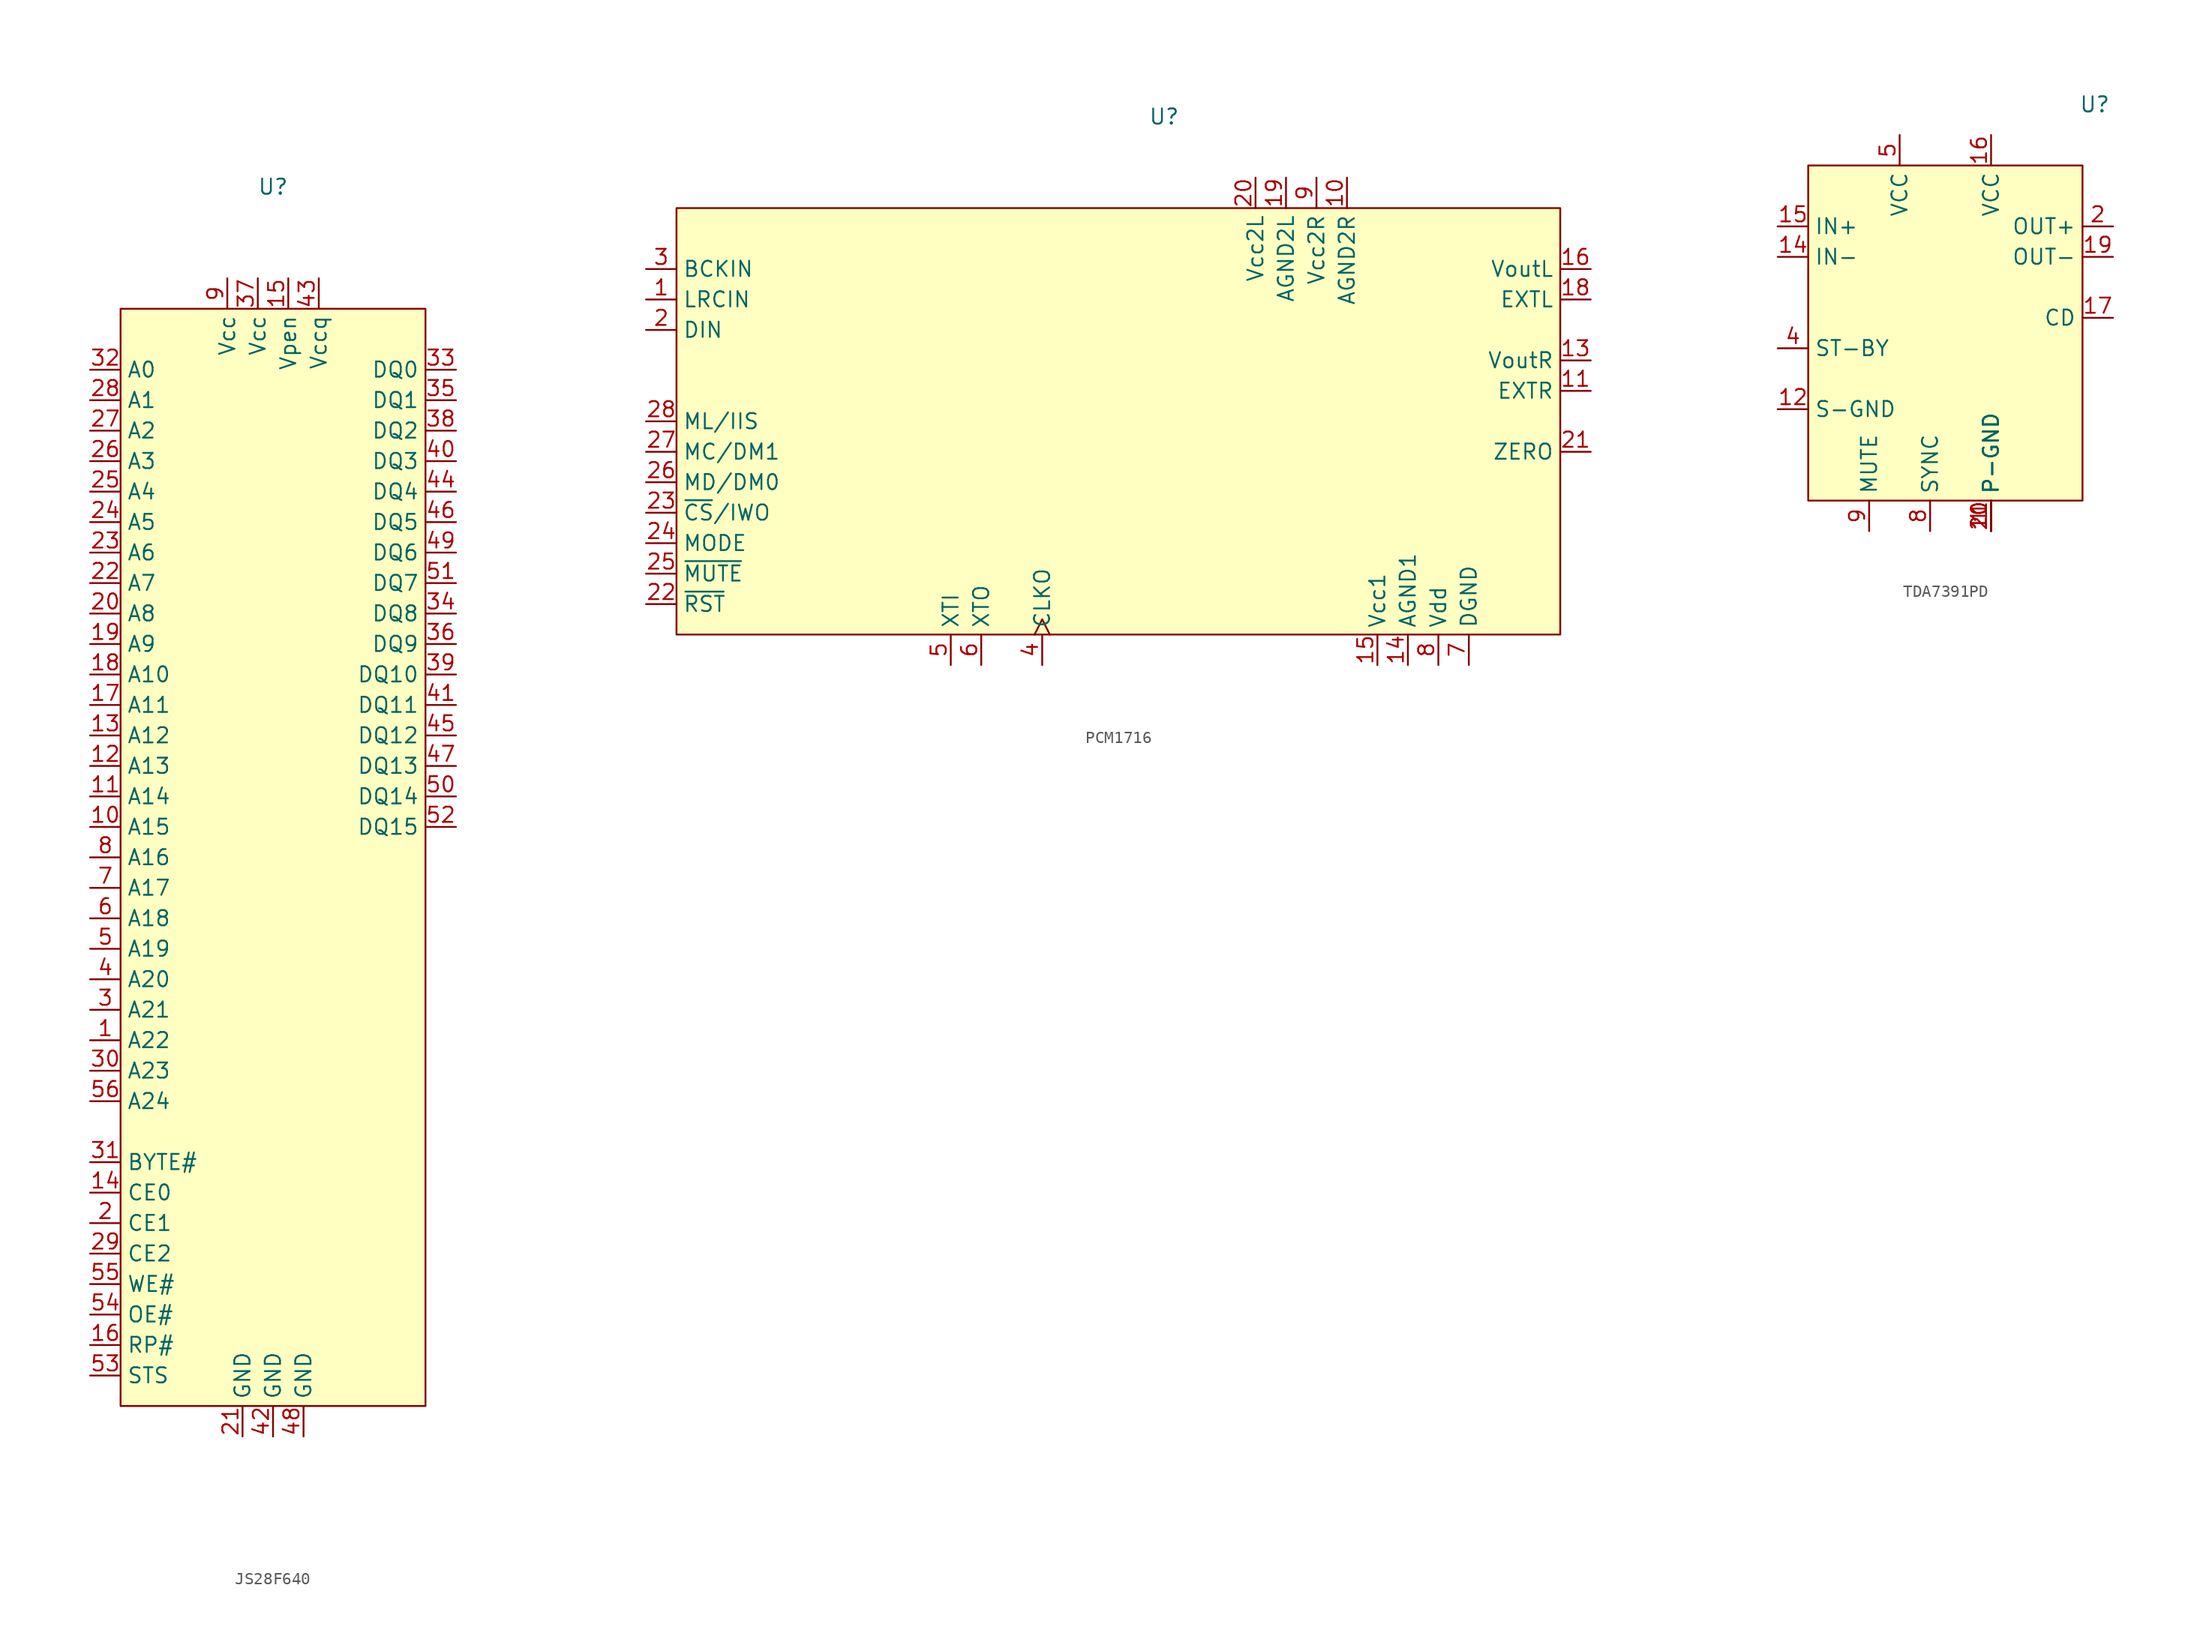
<source format=kicad_sym>
(kicad_symbol_lib
  (version 20231120)
  (generator "kicad_symbol_editor")
  (generator_version "8.0")
  (symbol "JS28F640"
    (property "Reference" "U"
      (at 0 0 0)
      (effects (font (size 1.27 1.27))))
    (property "Value" ""
      (at 5.08 -5.08 0)
      (effects (font (size 1.27 1.27))))
    (symbol "JS28F640_0_0"
      (pin input line (at -15.24 -71.12 0) (length 2.54) (name "A22" (effects (font (size 1.27 1.27)))) (number "1" (effects (font (size 1.27 1.27)))))
      (pin input line (at -15.24 -53.34 0) (length 2.54) (name "A15" (effects (font (size 1.27 1.27)))) (number "10" (effects (font (size 1.27 1.27)))))
      (pin input line (at -15.24 -50.8 0) (length 2.54) (name "A14" (effects (font (size 1.27 1.27)))) (number "11" (effects (font (size 1.27 1.27)))))
      (pin input line (at -15.24 -48.26 0) (length 2.54) (name "A13" (effects (font (size 1.27 1.27)))) (number "12" (effects (font (size 1.27 1.27)))))
      (pin input line (at -15.24 -45.72 0) (length 2.54) (name "A12" (effects (font (size 1.27 1.27)))) (number "13" (effects (font (size 1.27 1.27)))))
      (pin input line (at -15.24 -83.82 0) (length 2.54) (name "CE0" (effects (font (size 1.27 1.27)))) (number "14" (effects (font (size 1.27 1.27)))))
      (pin input line (at 1.27 -7.62 270) (length 2.54) (name "Vpen" (effects (font (size 1.27 1.27)))) (number "15" (effects (font (size 1.27 1.27)))))
      (pin input line (at -15.24 -96.52 0) (length 2.54) (name "RP#" (effects (font (size 1.27 1.27)))) (number "16" (effects (font (size 1.27 1.27)))))
      (pin input line (at -15.24 -43.18 0) (length 2.54) (name "A11" (effects (font (size 1.27 1.27)))) (number "17" (effects (font (size 1.27 1.27)))))
      (pin input line (at -15.24 -40.64 0) (length 2.54) (name "A10" (effects (font (size 1.27 1.27)))) (number "18" (effects (font (size 1.27 1.27)))))
      (pin input line (at -15.24 -38.1 0) (length 2.54) (name "A9" (effects (font (size 1.27 1.27)))) (number "19" (effects (font (size 1.27 1.27)))))
      (pin input line (at -15.24 -86.36 0) (length 2.54) (name "CE1" (effects (font (size 1.27 1.27)))) (number "2" (effects (font (size 1.27 1.27)))))
      (pin input line (at -15.24 -35.56 0) (length 2.54) (name "A8" (effects (font (size 1.27 1.27)))) (number "20" (effects (font (size 1.27 1.27)))))
      (pin power_in line (at -2.54 -104.14 90) (length 2.54) (name "GND" (effects (font (size 1.27 1.27)))) (number "21" (effects (font (size 1.27 1.27)))))
      (pin input line (at -15.24 -33.02 0) (length 2.54) (name "A7" (effects (font (size 1.27 1.27)))) (number "22" (effects (font (size 1.27 1.27)))))
      (pin input line (at -15.24 -30.48 0) (length 2.54) (name "A6" (effects (font (size 1.27 1.27)))) (number "23" (effects (font (size 1.27 1.27)))))
      (pin input line (at -15.24 -27.94 0) (length 2.54) (name "A5" (effects (font (size 1.27 1.27)))) (number "24" (effects (font (size 1.27 1.27)))))
      (pin input line (at -15.24 -25.4 0) (length 2.54) (name "A4" (effects (font (size 1.27 1.27)))) (number "25" (effects (font (size 1.27 1.27)))))
      (pin input line (at -15.24 -22.86 0) (length 2.54) (name "A3" (effects (font (size 1.27 1.27)))) (number "26" (effects (font (size 1.27 1.27)))))
      (pin input line (at -15.24 -20.32 0) (length 2.54) (name "A2" (effects (font (size 1.27 1.27)))) (number "27" (effects (font (size 1.27 1.27)))))
      (pin input line (at -15.24 -88.9 0) (length 2.54) (name "CE2" (effects (font (size 1.27 1.27)))) (number "29" (effects (font (size 1.27 1.27)))))
      (pin input line (at -15.24 -68.58 0) (length 2.54) (name "A21" (effects (font (size 1.27 1.27)))) (number "3" (effects (font (size 1.27 1.27)))))
      (pin input line (at -15.24 -73.66 0) (length 2.54) (name "A23" (effects (font (size 1.27 1.27)))) (number "30" (effects (font (size 1.27 1.27)))))
      (pin input line (at -15.24 -81.28 0) (length 2.54) (name "BYTE#" (effects (font (size 1.27 1.27)))) (number "31" (effects (font (size 1.27 1.27)))))
      (pin bidirectional line (at 15.24 -15.24 180) (length 2.54) (name "DQ0" (effects (font (size 1.27 1.27)))) (number "33" (effects (font (size 1.27 1.27)))))
      (pin bidirectional line (at 15.24 -35.56 180) (length 2.54) (name "DQ8" (effects (font (size 1.27 1.27)))) (number "34" (effects (font (size 1.27 1.27)))))
      (pin bidirectional line (at 15.24 -17.78 180) (length 2.54) (name "DQ1" (effects (font (size 1.27 1.27)))) (number "35" (effects (font (size 1.27 1.27)))))
      (pin bidirectional line (at 15.24 -38.1 180) (length 2.54) (name "DQ9" (effects (font (size 1.27 1.27)))) (number "36" (effects (font (size 1.27 1.27)))))
      (pin power_in line (at -1.27 -7.62 270) (length 2.54) (name "Vcc" (effects (font (size 1.27 1.27)))) (number "37" (effects (font (size 1.27 1.27)))))
      (pin bidirectional line (at 15.24 -20.32 180) (length 2.54) (name "DQ2" (effects (font (size 1.27 1.27)))) (number "38" (effects (font (size 1.27 1.27)))))
      (pin bidirectional line (at 15.24 -40.64 180) (length 2.54) (name "DQ10" (effects (font (size 1.27 1.27)))) (number "39" (effects (font (size 1.27 1.27)))))
      (pin input line (at -15.24 -66.04 0) (length 2.54) (name "A20" (effects (font (size 1.27 1.27)))) (number "4" (effects (font (size 1.27 1.27)))))
      (pin bidirectional line (at 15.24 -22.86 180) (length 2.54) (name "DQ3" (effects (font (size 1.27 1.27)))) (number "40" (effects (font (size 1.27 1.27)))))
      (pin bidirectional line (at 15.24 -43.18 180) (length 2.54) (name "DQ11" (effects (font (size 1.27 1.27)))) (number "41" (effects (font (size 1.27 1.27)))))
      (pin power_in line (at 0 -104.14 90) (length 2.54) (name "GND" (effects (font (size 1.27 1.27)))) (number "42" (effects (font (size 1.27 1.27)))))
      (pin power_in line (at 3.81 -7.62 270) (length 2.54) (name "Vccq" (effects (font (size 1.27 1.27)))) (number "43" (effects (font (size 1.27 1.27)))))
      (pin bidirectional line (at 15.24 -25.4 180) (length 2.54) (name "DQ4" (effects (font (size 1.27 1.27)))) (number "44" (effects (font (size 1.27 1.27)))))
      (pin bidirectional line (at 15.24 -45.72 180) (length 2.54) (name "DQ12" (effects (font (size 1.27 1.27)))) (number "45" (effects (font (size 1.27 1.27)))))
      (pin bidirectional line (at 15.24 -27.94 180) (length 2.54) (name "DQ5" (effects (font (size 1.27 1.27)))) (number "46" (effects (font (size 1.27 1.27)))))
      (pin bidirectional line (at 15.24 -48.26 180) (length 2.54) (name "DQ13" (effects (font (size 1.27 1.27)))) (number "47" (effects (font (size 1.27 1.27)))))
      (pin power_in line (at 2.54 -104.14 90) (length 2.54) (name "GND" (effects (font (size 1.27 1.27)))) (number "48" (effects (font (size 1.27 1.27)))))
      (pin bidirectional line (at 15.24 -30.48 180) (length 2.54) (name "DQ6" (effects (font (size 1.27 1.27)))) (number "49" (effects (font (size 1.27 1.27)))))
      (pin input line (at -15.24 -63.5 0) (length 2.54) (name "A19" (effects (font (size 1.27 1.27)))) (number "5" (effects (font (size 1.27 1.27)))))
      (pin bidirectional line (at 15.24 -50.8 180) (length 2.54) (name "DQ14" (effects (font (size 1.27 1.27)))) (number "50" (effects (font (size 1.27 1.27)))))
      (pin bidirectional line (at 15.24 -33.02 180) (length 2.54) (name "DQ7" (effects (font (size 1.27 1.27)))) (number "51" (effects (font (size 1.27 1.27)))))
      (pin bidirectional line (at 15.24 -53.34 180) (length 2.54) (name "DQ15" (effects (font (size 1.27 1.27)))) (number "52" (effects (font (size 1.27 1.27)))))
      (pin output line (at -15.24 -99.06 0) (length 2.54) (name "STS" (effects (font (size 1.27 1.27)))) (number "53" (effects (font (size 1.27 1.27)))))
      (pin input line (at -15.24 -93.98 0) (length 2.54) (name "OE#" (effects (font (size 1.27 1.27)))) (number "54" (effects (font (size 1.27 1.27)))))
      (pin input line (at -15.24 -91.44 0) (length 2.54) (name "WE#" (effects (font (size 1.27 1.27)))) (number "55" (effects (font (size 1.27 1.27)))))
      (pin input line (at -15.24 -76.2 0) (length 2.54) (name "A24" (effects (font (size 1.27 1.27)))) (number "56" (effects (font (size 1.27 1.27)))))
      (pin input line (at -15.24 -60.96 0) (length 2.54) (name "A18" (effects (font (size 1.27 1.27)))) (number "6" (effects (font (size 1.27 1.27)))))
      (pin input line (at -15.24 -58.42 0) (length 2.54) (name "A17" (effects (font (size 1.27 1.27)))) (number "7" (effects (font (size 1.27 1.27)))))
      (pin input line (at -15.24 -55.88 0) (length 2.54) (name "A16" (effects (font (size 1.27 1.27)))) (number "8" (effects (font (size 1.27 1.27)))))
      (pin power_in line (at -3.81 -7.62 270) (length 2.54) (name "Vcc" (effects (font (size 1.27 1.27)))) (number "9" (effects (font (size 1.27 1.27))))))
    (symbol "JS28F640_1_0"
      (pin input line (at -15.24 -17.78 0) (length 2.54) (name "A1" (effects (font (size 1.27 1.27)))) (number "28" (effects (font (size 1.27 1.27)))))
      (pin input line (at -15.24 -15.24 0) (length 2.54) (name "A0" (effects (font (size 1.27 1.27)))) (number "32" (effects (font (size 1.27 1.27))))))
    (symbol "JS28F640_1_1"
      (rectangle (start -12.7 -10.16) (end 12.7 -101.6) (stroke (width 0) (type default)) (fill (type background)))))
  (symbol "PCM1716"
    (property "Reference" "U"
      (at 0 0 0)
      (effects (font (size 1.27 1.27))))
    (property "Value" ""
      (at 0 0 0)
      (effects (font (size 1.27 1.27))))
    (symbol "PCM1716_0_0"
      (pin input line (at -43.18 -15.24 0) (length 2.54) (name "LRCIN" (effects (font (size 1.27 1.27)))) (number "1" (effects (font (size 1.27 1.27)))))
      (pin power_in line (at 15.24 -5.08 270) (length 2.54) (name "AGND2R" (effects (font (size 1.27 1.27)))) (number "10" (effects (font (size 1.27 1.27)))))
      (pin output line (at 35.56 -22.86 180) (length 2.54) (name "EXTR" (effects (font (size 1.27 1.27)))) (number "11" (effects (font (size 1.27 1.27)))))
      (pin output line (at 35.56 -20.32 180) (length 2.54) (name "VoutR" (effects (font (size 1.27 1.27)))) (number "13" (effects (font (size 1.27 1.27)))))
      (pin power_in line (at 20.32 -45.72 90) (length 2.54) (name "AGND1" (effects (font (size 1.27 1.27)))) (number "14" (effects (font (size 1.27 1.27)))))
      (pin power_in line (at 17.78 -45.72 90) (length 2.54) (name "Vcc1" (effects (font (size 1.27 1.27)))) (number "15" (effects (font (size 1.27 1.27)))))
      (pin output line (at 35.56 -12.7 180) (length 2.54) (name "VoutL" (effects (font (size 1.27 1.27)))) (number "16" (effects (font (size 1.27 1.27)))))
      (pin output line (at 35.56 -15.24 180) (length 2.54) (name "EXTL" (effects (font (size 1.27 1.27)))) (number "18" (effects (font (size 1.27 1.27)))))
      (pin power_in line (at 10.16 -5.08 270) (length 2.54) (name "AGND2L" (effects (font (size 1.27 1.27)))) (number "19" (effects (font (size 1.27 1.27)))))
      (pin input line (at -43.18 -17.78 0) (length 2.54) (name "DIN" (effects (font (size 1.27 1.27)))) (number "2" (effects (font (size 1.27 1.27)))))
      (pin power_in line (at 7.62 -5.08 270) (length 2.54) (name "Vcc2L" (effects (font (size 1.27 1.27)))) (number "20" (effects (font (size 1.27 1.27)))))
      (pin output line (at 35.56 -27.94 180) (length 2.54) (name "ZERO" (effects (font (size 1.27 1.27)))) (number "21" (effects (font (size 1.27 1.27)))))
      (pin input line (at -43.18 -40.64 0) (length 2.54) (name "~{RST}" (effects (font (size 1.27 1.27)))) (number "22" (effects (font (size 1.27 1.27)))))
      (pin input line (at -43.18 -35.56 0) (length 2.54) (name "MODE" (effects (font (size 1.27 1.27)))) (number "24" (effects (font (size 1.27 1.27)))))
      (pin input line (at -43.18 -38.1 0) (length 2.54) (name "~{MUTE}" (effects (font (size 1.27 1.27)))) (number "25" (effects (font (size 1.27 1.27)))))
      (pin input line (at -43.18 -30.48 0) (length 2.54) (name "MD/DM0" (effects (font (size 1.27 1.27)))) (number "26" (effects (font (size 1.27 1.27)))))
      (pin input line (at -43.18 -27.94 0) (length 2.54) (name "MC/DM1" (effects (font (size 1.27 1.27)))) (number "27" (effects (font (size 1.27 1.27)))))
      (pin input line (at -43.18 -25.4 0) (length 2.54) (name "ML/IIS" (effects (font (size 1.27 1.27)))) (number "28" (effects (font (size 1.27 1.27)))))
      (pin input line (at -43.18 -12.7 0) (length 2.54) (name "BCKIN" (effects (font (size 1.27 1.27)))) (number "3" (effects (font (size 1.27 1.27)))))
      (pin output clock (at -10.16 -45.72 90) (length 2.54) (name "CLKO" (effects (font (size 1.27 1.27)))) (number "4" (effects (font (size 1.27 1.27)))))
      (pin input line (at -17.78 -45.72 90) (length 2.54) (name "XTI" (effects (font (size 1.27 1.27)))) (number "5" (effects (font (size 1.27 1.27)))))
      (pin output line (at -15.24 -45.72 90) (length 2.54) (name "XTO" (effects (font (size 1.27 1.27)))) (number "6" (effects (font (size 1.27 1.27)))))
      (pin power_in line (at 25.4 -45.72 90) (length 2.54) (name "DGND" (effects (font (size 1.27 1.27)))) (number "7" (effects (font (size 1.27 1.27)))))
      (pin power_in line (at 22.86 -45.72 90) (length 2.54) (name "Vdd" (effects (font (size 1.27 1.27)))) (number "8" (effects (font (size 1.27 1.27)))))
      (pin power_in line (at 12.7 -5.08 270) (length 2.54) (name "Vcc2R" (effects (font (size 1.27 1.27)))) (number "9" (effects (font (size 1.27 1.27))))))
    (symbol "PCM1716_1_0"
      (pin no_connect line (at -12.7 -5.08 270) (length 2.54) hide (name "NC" (effects (font (size 1.27 1.27)))) (number "12" (effects (font (size 1.27 1.27)))))
      (pin no_connect line (at -15.24 -5.08 270) (length 2.54) hide (name "NC" (effects (font (size 1.27 1.27)))) (number "17" (effects (font (size 1.27 1.27)))))
      (pin input line (at -43.18 -33.02 0) (length 2.54) (name "~{CS}/IWO" (effects (font (size 1.27 1.27)))) (number "23" (effects (font (size 1.27 1.27))))))
    (symbol "PCM1716_1_1"
      (rectangle (start -40.64 -7.62) (end 33.02 -43.18) (stroke (width 0) (type default)) (fill (type background)))))
  (symbol "TDA7391PD"
    (property "Reference" "U"
      (at 13.716 5.08 0)
      (effects (font (size 1.27 1.27))))
    (property "Value" ""
      (at 0 0 0)
      (effects (font (size 1.27 1.27))))
    (symbol "TDA7391PD_0_0"
      (pin power_in line (at 5.08 -30.48 90) (length 2.54) (name "P-GND" (effects (font (size 1.27 1.27)))) (number "1" (effects (font (size 1.27 1.27)))))
      (pin power_in line (at 5.08 -30.48 90) (length 2.54) (name "P-GND" (effects (font (size 1.27 1.27)))) (number "10" (effects (font (size 1.27 1.27)))))
      (pin power_in line (at 5.08 -30.48 90) (length 2.54) (name "P-GND" (effects (font (size 1.27 1.27)))) (number "11" (effects (font (size 1.27 1.27)))))
      (pin power_in line (at -12.7 -20.32 0) (length 2.54) (name "S-GND" (effects (font (size 1.27 1.27)))) (number "12" (effects (font (size 1.27 1.27)))))
      (pin input line (at -12.7 -7.62 0) (length 2.54) (name "IN-" (effects (font (size 1.27 1.27)))) (number "14" (effects (font (size 1.27 1.27)))))
      (pin input line (at -12.7 -5.08 0) (length 2.54) (name "IN+" (effects (font (size 1.27 1.27)))) (number "15" (effects (font (size 1.27 1.27)))))
      (pin power_in line (at 5.08 2.54 270) (length 2.54) (name "VCC" (effects (font (size 1.27 1.27)))) (number "16" (effects (font (size 1.27 1.27)))))
      (pin output line (at 15.24 -12.7 180) (length 2.54) (name "CD" (effects (font (size 1.27 1.27)))) (number "17" (effects (font (size 1.27 1.27)))))
      (pin output line (at 15.24 -7.62 180) (length 2.54) (name "OUT-" (effects (font (size 1.27 1.27)))) (number "19" (effects (font (size 1.27 1.27)))))
      (pin output line (at 15.24 -5.08 180) (length 2.54) (name "OUT+" (effects (font (size 1.27 1.27)))) (number "2" (effects (font (size 1.27 1.27)))))
      (pin power_in line (at 5.08 -30.48 90) (length 2.54) (name "P-GND" (effects (font (size 1.27 1.27)))) (number "20" (effects (font (size 1.27 1.27)))))
      (pin input line (at -12.7 -15.24 0) (length 2.54) (name "ST-BY" (effects (font (size 1.27 1.27)))) (number "4" (effects (font (size 1.27 1.27)))))
      (pin power_in line (at -2.54 2.54 270) (length 2.54) (name "VCC" (effects (font (size 1.27 1.27)))) (number "5" (effects (font (size 1.27 1.27)))))
      (pin input line (at 0 -30.48 90) (length 2.54) (name "SYNC" (effects (font (size 1.27 1.27)))) (number "8" (effects (font (size 1.27 1.27)))))
      (pin input line (at -5.08 -30.48 90) (length 2.54) (name "MUTE" (effects (font (size 1.27 1.27)))) (number "9" (effects (font (size 1.27 1.27))))))
    (symbol "TDA7391PD_1_0"
      (pin no_connect line (at 15.24 -22.86 180) (length 2.54) hide (name "N.C." (effects (font (size 1.27 1.27)))) (number "13" (effects (font (size 1.27 1.27)))))
      (pin no_connect line (at 15.24 -25.4 180) (length 2.54) hide (name "N.C." (effects (font (size 1.27 1.27)))) (number "18" (effects (font (size 1.27 1.27)))))
      (pin no_connect line (at 15.24 -15.24 180) (length 2.54) hide (name "N.C." (effects (font (size 1.27 1.27)))) (number "3" (effects (font (size 1.27 1.27)))))
      (pin no_connect line (at 15.24 -17.78 180) (length 2.54) hide (name "N.C." (effects (font (size 1.27 1.27)))) (number "6" (effects (font (size 1.27 1.27)))))
      (pin no_connect line (at 15.24 -20.32 180) (length 2.54) hide (name "N.C." (effects (font (size 1.27 1.27)))) (number "7" (effects (font (size 1.27 1.27))))))
    (symbol "TDA7391PD_1_1"
      (rectangle (start -10.16 0) (end 12.7 -27.94) (stroke (width 0) (type default)) (fill (type background))))))
</source>
